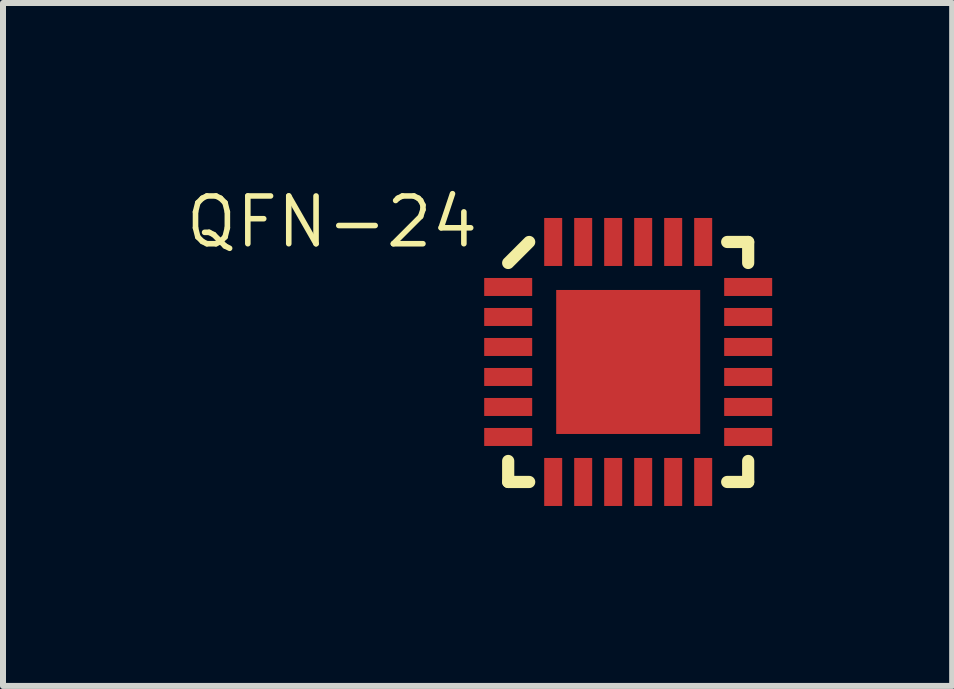
<source format=kicad_pcb>
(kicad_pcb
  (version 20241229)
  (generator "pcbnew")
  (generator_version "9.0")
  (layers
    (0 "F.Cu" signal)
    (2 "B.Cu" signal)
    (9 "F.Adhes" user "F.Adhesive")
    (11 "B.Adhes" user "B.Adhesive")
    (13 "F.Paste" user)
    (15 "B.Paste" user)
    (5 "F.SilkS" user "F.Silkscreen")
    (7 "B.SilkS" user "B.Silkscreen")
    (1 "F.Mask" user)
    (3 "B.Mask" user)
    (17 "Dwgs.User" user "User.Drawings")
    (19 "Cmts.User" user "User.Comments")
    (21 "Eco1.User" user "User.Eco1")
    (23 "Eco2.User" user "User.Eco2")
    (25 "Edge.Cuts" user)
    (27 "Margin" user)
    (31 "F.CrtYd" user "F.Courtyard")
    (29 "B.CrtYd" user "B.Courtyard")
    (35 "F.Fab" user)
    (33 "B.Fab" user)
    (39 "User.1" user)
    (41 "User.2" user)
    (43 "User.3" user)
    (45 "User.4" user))
  (footprint "QFN-24"
    (layer "F.Cu")
    (at 7.42 2.983)
    (property "Reference" "QFN-24" (at -2.45 -2.8 0) (unlocked yes) (layer "F.SilkS") (effects (font (size 0.796 0.796) (thickness 0.093)) (justify right top)))
    (fp_line (start -2 2) (end -2 1.65) (stroke (width 0.203) (type solid)) (layer "F.SilkS"))
    (fp_line (start -1.65 -2) (end -2 -1.65) (stroke (width 0.203) (type solid)) (layer "F.SilkS"))
    (fp_line (start -1.65 2) (end -2 2) (stroke (width 0.203) (type solid)) (layer "F.SilkS"))
    (fp_line (start 1.65 2) (end 2 2) (stroke (width 0.203) (type solid)) (layer "F.SilkS"))
    (fp_line (start 2 -2) (end 1.65 -2) (stroke (width 0.203) (type solid)) (layer "F.SilkS"))
    (fp_line (start 2 -1.65) (end 2 -2) (stroke (width 0.203) (type solid)) (layer "F.SilkS"))
    (fp_line (start 2 1.65) (end 2 2) (stroke (width 0.203) (type solid)) (layer "F.SilkS"))
    (pad "1" smd rect (at -2 -1.25) (size 0.8 0.3) (layers "F.Cu" "F.Mask" "F.Paste"))
    (pad "2" smd rect (at -2 -0.75) (size 0.8 0.3) (layers "F.Cu" "F.Mask" "F.Paste"))
    (pad "3" smd rect (at -2 -0.25) (size 0.8 0.3) (layers "F.Cu" "F.Mask" "F.Paste"))
    (pad "4" smd rect (at -2 0.25) (size 0.8 0.3) (layers "F.Cu" "F.Mask" "F.Paste"))
    (pad "5" smd rect (at -2 0.75) (size 0.8 0.3) (layers "F.Cu" "F.Mask" "F.Paste"))
    (pad "6" smd rect (at -2 1.25) (size 0.8 0.3) (layers "F.Cu" "F.Mask" "F.Paste"))
    (pad "7" smd rect (at -1.25 2 270) (size 0.8 0.3) (layers "F.Cu" "F.Mask" "F.Paste"))
    (pad "8" smd rect (at -0.75 2 270) (size 0.8 0.3) (layers "F.Cu" "F.Mask" "F.Paste"))
    (pad "9" smd rect (at -0.25 2 270) (size 0.8 0.3) (layers "F.Cu" "F.Mask" "F.Paste"))
    (pad "10" smd rect (at 0.25 2 270) (size 0.8 0.3) (layers "F.Cu" "F.Mask" "F.Paste"))
    (pad "11" smd rect (at 0.75 2 270) (size 0.8 0.3) (layers "F.Cu" "F.Mask" "F.Paste"))
    (pad "12" smd rect (at 1.25 2 270) (size 0.8 0.3) (layers "F.Cu" "F.Mask" "F.Paste"))
    (pad "13" smd rect (at 2 1.25 180) (size 0.8 0.3) (layers "F.Cu" "F.Mask" "F.Paste"))
    (pad "14" smd rect (at 2 0.75 180) (size 0.8 0.3) (layers "F.Cu" "F.Mask" "F.Paste"))
    (pad "15" smd rect (at 2 0.25 180) (size 0.8 0.3) (layers "F.Cu" "F.Mask" "F.Paste"))
    (pad "16" smd rect (at 2 -0.25 180) (size 0.8 0.3) (layers "F.Cu" "F.Mask" "F.Paste"))
    (pad "17" smd rect (at 2 -0.75 180) (size 0.8 0.3) (layers "F.Cu" "F.Mask" "F.Paste"))
    (pad "18" smd rect (at 2 -1.25 180) (size 0.8 0.3) (layers "F.Cu" "F.Mask" "F.Paste"))
    (pad "19" smd rect (at 1.25 -2 90) (size 0.8 0.3) (layers "F.Cu" "F.Mask" "F.Paste"))
    (pad "20" smd rect (at 0.75 -2 90) (size 0.8 0.3) (layers "F.Cu" "F.Mask" "F.Paste"))
    (pad "21" smd rect (at 0.25 -2 90) (size 0.8 0.3) (layers "F.Cu" "F.Mask" "F.Paste"))
    (pad "22" smd rect (at -0.25 -2 90) (size 0.8 0.3) (layers "F.Cu" "F.Mask" "F.Paste"))
    (pad "23" smd rect (at -0.75 -2 90) (size 0.8 0.3) (layers "F.Cu" "F.Mask" "F.Paste"))
    (pad "24" smd rect (at -1.25 -2 90) (size 0.8 0.3) (layers "F.Cu" "F.Mask" "F.Paste"))
    (pad "25" smd rect (at 0 0 180) (size 2.4 2.4) (layers "F.Cu" "F.Mask" "F.Paste")))
  (gr_rect
    (start -3 -3)
    (end 12.82 8.383)
    (stroke (width 0.1) (type default))
    (fill no)
    (layer "Edge.Cuts")))
</source>
